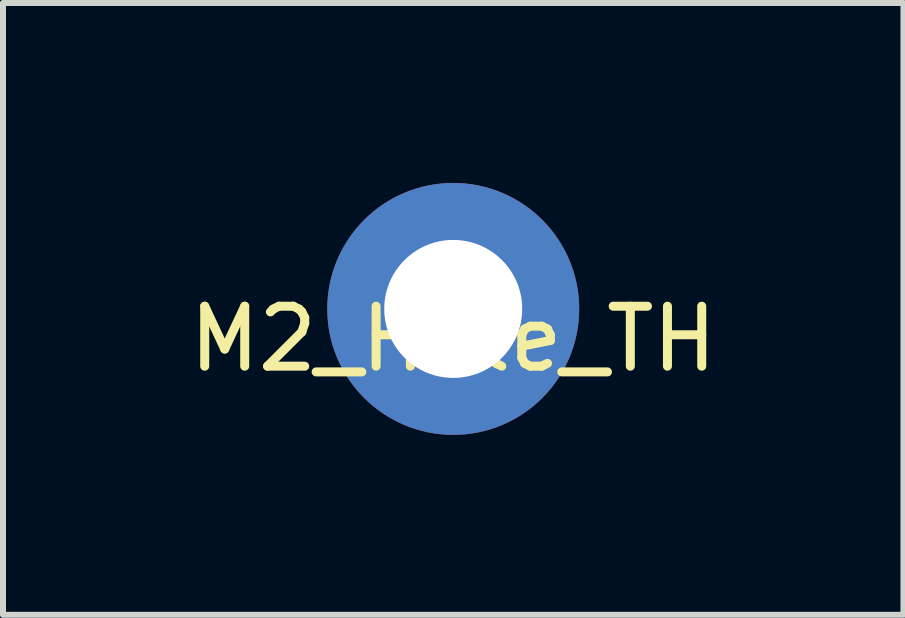
<source format=kicad_pcb>
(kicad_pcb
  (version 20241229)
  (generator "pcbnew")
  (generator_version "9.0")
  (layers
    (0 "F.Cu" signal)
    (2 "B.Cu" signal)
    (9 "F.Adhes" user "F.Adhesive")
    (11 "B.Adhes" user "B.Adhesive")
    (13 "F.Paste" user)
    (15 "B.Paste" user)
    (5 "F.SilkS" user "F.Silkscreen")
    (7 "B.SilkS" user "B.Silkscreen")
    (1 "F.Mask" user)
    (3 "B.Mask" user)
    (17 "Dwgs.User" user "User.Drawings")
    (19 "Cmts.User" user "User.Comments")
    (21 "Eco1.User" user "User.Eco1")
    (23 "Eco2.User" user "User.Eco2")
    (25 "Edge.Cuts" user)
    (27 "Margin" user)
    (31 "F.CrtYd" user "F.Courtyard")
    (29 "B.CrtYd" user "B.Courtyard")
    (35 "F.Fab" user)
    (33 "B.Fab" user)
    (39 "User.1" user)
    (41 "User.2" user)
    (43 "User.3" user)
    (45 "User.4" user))
  (footprint "M2_Hole_TH"
    (layer "F.Cu")
    (at 4.506 2.1)
    (property "Reference" "M2_Hole_TH" (at 0 0.5 0) (layer "F.SilkS") (effects (font (size 1 1) (thickness 0.15))))
    (attr through_hole)
    (pad "" thru_hole circle (at 0 0) (size 4.2 4.2) (drill 2.3) (layers "*.Cu" "*.Mask")))
  (gr_rect
    (start -3 -3)
    (end 12.012 7.2)
    (stroke (width 0.1) (type default))
    (fill no)
    (layer "Edge.Cuts")))
</source>
